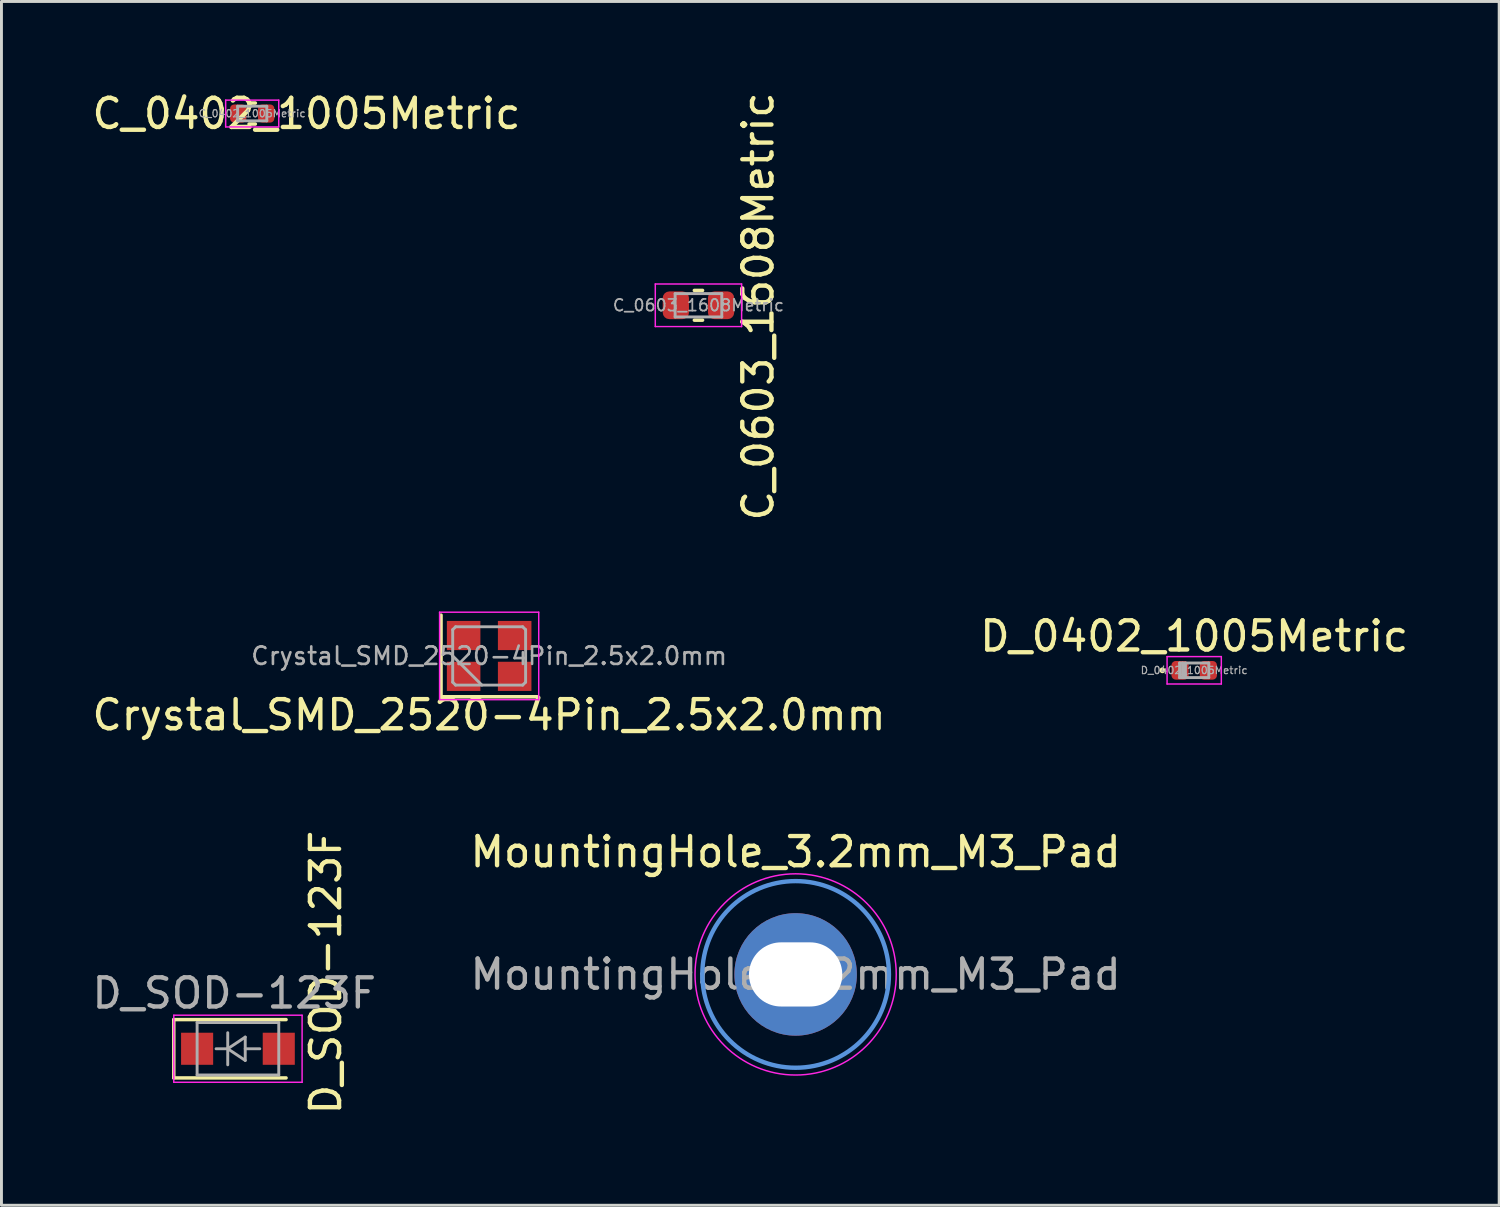
<source format=kicad_pcb>
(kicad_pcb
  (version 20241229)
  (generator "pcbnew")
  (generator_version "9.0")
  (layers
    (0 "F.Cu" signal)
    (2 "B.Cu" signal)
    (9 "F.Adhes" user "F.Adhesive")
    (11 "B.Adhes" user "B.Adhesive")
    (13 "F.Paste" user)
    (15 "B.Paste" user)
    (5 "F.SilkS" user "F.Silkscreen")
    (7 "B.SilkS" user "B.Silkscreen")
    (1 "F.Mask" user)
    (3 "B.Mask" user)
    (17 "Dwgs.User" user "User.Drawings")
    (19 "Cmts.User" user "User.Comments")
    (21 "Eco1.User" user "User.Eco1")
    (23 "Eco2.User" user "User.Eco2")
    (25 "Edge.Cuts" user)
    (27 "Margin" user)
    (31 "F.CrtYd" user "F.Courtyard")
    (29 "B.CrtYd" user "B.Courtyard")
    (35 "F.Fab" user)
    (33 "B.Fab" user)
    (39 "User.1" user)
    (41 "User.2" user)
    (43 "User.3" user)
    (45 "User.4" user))
  (footprint "D_0402_1005Metric"
    (layer "F.Cu")
    (at 37.899 19.935)
    (property "Reference" "D_0402_1005Metric" (at 0 -1.17 0) (layer "F.SilkS") (effects (font (size 1 1) (thickness 0.15))))
    (attr smd)
    (fp_circle (center -1.09 0) (end -1.04 0) (stroke (width 0.1) (type solid)) (fill no) (layer "F.SilkS"))
    (fp_line (start -0.93 -0.47) (end 0.93 -0.47) (stroke (width 0.05) (type solid)) (layer "F.CrtYd"))
    (fp_line (start -0.93 0.47) (end -0.93 -0.47) (stroke (width 0.05) (type solid)) (layer "F.CrtYd"))
    (fp_line (start 0.93 -0.47) (end 0.93 0.47) (stroke (width 0.05) (type solid)) (layer "F.CrtYd"))
    (fp_line (start 0.93 0.47) (end -0.93 0.47) (stroke (width 0.05) (type solid)) (layer "F.CrtYd"))
    (fp_line (start -0.5 -0.25) (end 0.5 -0.25) (stroke (width 0.1) (type solid)) (layer "F.Fab"))
    (fp_line (start -0.5 0.25) (end -0.5 -0.25) (stroke (width 0.1) (type solid)) (layer "F.Fab"))
    (fp_line (start -0.4 0.25) (end -0.4 -0.25) (stroke (width 0.1) (type solid)) (layer "F.Fab"))
    (fp_line (start -0.3 0.25) (end -0.3 -0.25) (stroke (width 0.1) (type solid)) (layer "F.Fab"))
    (fp_line (start 0.5 -0.25) (end 0.5 0.25) (stroke (width 0.1) (type solid)) (layer "F.Fab"))
    (fp_line (start 0.5 0.25) (end -0.5 0.25) (stroke (width 0.1) (type solid)) (layer "F.Fab"))
    (fp_text user "${REFERENCE}" (at 0 0 0) (layer "F.Fab") (effects (font (size 0.25 0.25) (thickness 0.04))))
    (pad "1" smd roundrect (at -0.485 0 180) (size 0.59 0.64) (layers "F.Cu" "F.Mask" "F.Paste") (roundrect_rratio 0.25))
    (pad "2" smd roundrect (at 0.485 0 180) (size 0.59 0.64) (layers "F.Cu" "F.Mask" "F.Paste") (roundrect_rratio 0.25)))
  (footprint "D_SOD-123F"
    (layer "F.Cu")
    (at 5.109 32.912)
    (property "Reference" "D_SOD-123F" (at 3.013 -2.615 90) (layer "F.SilkS") (effects (font (size 1 1) (thickness 0.15))))
    (attr smd)
    (fp_line (start -2.2 -1) (end -2.2 1) (stroke (width 0.12) (type solid)) (layer "F.SilkS"))
    (fp_line (start -2.2 -1) (end 1.65 -1) (stroke (width 0.12) (type solid)) (layer "F.SilkS"))
    (fp_line (start -2.2 1) (end 1.65 1) (stroke (width 0.12) (type solid)) (layer "F.SilkS"))
    (fp_line (start -2.2 -1.15) (end -2.2 1.15) (stroke (width 0.05) (type solid)) (layer "F.CrtYd"))
    (fp_line (start -2.2 -1.15) (end 2.2 -1.15) (stroke (width 0.05) (type solid)) (layer "F.CrtYd"))
    (fp_line (start 2.2 -1.15) (end 2.2 1.15) (stroke (width 0.05) (type solid)) (layer "F.CrtYd"))
    (fp_line (start 2.2 1.15) (end -2.2 1.15) (stroke (width 0.05) (type solid)) (layer "F.CrtYd"))
    (fp_line (start -1.4 -0.9) (end 1.4 -0.9) (stroke (width 0.1) (type solid)) (layer "F.Fab"))
    (fp_line (start -1.4 0.9) (end -1.4 -0.9) (stroke (width 0.1) (type solid)) (layer "F.Fab"))
    (fp_line (start -0.75 0) (end -0.35 0) (stroke (width 0.1) (type solid)) (layer "F.Fab"))
    (fp_line (start -0.35 0) (end -0.35 -0.55) (stroke (width 0.1) (type solid)) (layer "F.Fab"))
    (fp_line (start -0.35 0) (end -0.35 0.55) (stroke (width 0.1) (type solid)) (layer "F.Fab"))
    (fp_line (start -0.35 0) (end 0.25 -0.4) (stroke (width 0.1) (type solid)) (layer "F.Fab"))
    (fp_line (start 0.25 -0.4) (end 0.25 0.4) (stroke (width 0.1) (type solid)) (layer "F.Fab"))
    (fp_line (start 0.25 0) (end 0.75 0) (stroke (width 0.1) (type solid)) (layer "F.Fab"))
    (fp_line (start 0.25 0.4) (end -0.35 0) (stroke (width 0.1) (type solid)) (layer "F.Fab"))
    (fp_line (start 1.4 -0.9) (end 1.4 0.9) (stroke (width 0.1) (type solid)) (layer "F.Fab"))
    (fp_line (start 1.4 0.9) (end -1.4 0.9) (stroke (width 0.1) (type solid)) (layer "F.Fab"))
    (fp_text user "${REFERENCE}" (at -0.127 -1.905 0) (layer "F.Fab") (effects (font (size 1 1) (thickness 0.15))))
    (pad "1" smd rect (at -1.4 0 180) (size 1.1 1.1) (layers "F.Cu" "F.Mask" "F.Paste"))
    (pad "2" smd rect (at 1.4 0 180) (size 1.1 1.1) (layers "F.Cu" "F.Mask" "F.Paste")))
  (footprint "Crystal_SMD_2520-4Pin_2.5x2.0mm"
    (layer "F.Cu")
    (at 13.723 19.442)
    (property "Reference" "Crystal_SMD_2520-4Pin_2.5x2.0mm" (at -0.003 2.025 0) (layer "F.SilkS") (effects (font (size 1 1) (thickness 0.15))))
    (attr smd)
    (fp_line (start -1.65 -1.4) (end -1.65 1.4) (stroke (width 0.12) (type solid)) (layer "F.SilkS"))
    (fp_line (start -1.65 1.4) (end 1.65 1.4) (stroke (width 0.12) (type solid)) (layer "F.SilkS"))
    (fp_line (start -1.7 -1.5) (end -1.7 1.5) (stroke (width 0.05) (type solid)) (layer "F.CrtYd"))
    (fp_line (start -1.7 1.5) (end 1.7 1.5) (stroke (width 0.05) (type solid)) (layer "F.CrtYd"))
    (fp_line (start 1.7 -1.5) (end -1.7 -1.5) (stroke (width 0.05) (type solid)) (layer "F.CrtYd"))
    (fp_line (start 1.7 1.5) (end 1.7 -1.5) (stroke (width 0.05) (type solid)) (layer "F.CrtYd"))
    (fp_line (start -1.25 -0.9) (end -1.15 -1) (stroke (width 0.1) (type solid)) (layer "F.Fab"))
    (fp_line (start -1.25 0) (end -0.25 1) (stroke (width 0.1) (type solid)) (layer "F.Fab"))
    (fp_line (start -1.25 0.9) (end -1.25 -0.9) (stroke (width 0.1) (type solid)) (layer "F.Fab"))
    (fp_line (start -1.15 -1) (end 1.15 -1) (stroke (width 0.1) (type solid)) (layer "F.Fab"))
    (fp_line (start -1.15 1) (end -1.25 0.9) (stroke (width 0.1) (type solid)) (layer "F.Fab"))
    (fp_line (start 1.15 -1) (end 1.25 -0.9) (stroke (width 0.1) (type solid)) (layer "F.Fab"))
    (fp_line (start 1.15 1) (end -1.15 1) (stroke (width 0.1) (type solid)) (layer "F.Fab"))
    (fp_line (start 1.25 -0.9) (end 1.25 0.9) (stroke (width 0.1) (type solid)) (layer "F.Fab"))
    (fp_line (start 1.25 0.9) (end 1.15 1) (stroke (width 0.1) (type solid)) (layer "F.Fab"))
    (fp_text user "${REFERENCE}" (at 0 0 0) (layer "F.Fab") (effects (font (size 0.6 0.6) (thickness 0.09))))
    (pad "1" smd rect (at -0.875 0.7 180) (size 1.15 1) (layers "F.Cu" "F.Mask" "F.Paste"))
    (pad "2" smd rect (at 0.875 0.7 180) (size 1.15 1) (layers "F.Cu" "F.Mask" "F.Paste"))
    (pad "3" smd rect (at 0.875 -0.7 180) (size 1.15 1) (layers "F.Cu" "F.Mask" "F.Paste"))
    (pad "4" smd rect (at -0.875 -0.7 180) (size 1.15 1) (layers "F.Cu" "F.Mask" "F.Paste")))
  (footprint "MountingHole_3.2mm_M3_Pad"
    (layer "F.Cu")
    (at 24.232 30.363)
    (property "Reference" "MountingHole_3.2mm_M3_Pad" (at 0 -4.2 0) (layer "F.SilkS") (effects (font (size 1 1) (thickness 0.15))))
    (attr exclude_from_pos_files)
    (fp_circle (center 0 0) (end 3.2 0) (stroke (width 0.15) (type solid)) (fill no) (layer "Cmts.User"))
    (fp_circle (center 0 0) (end 3.45 0) (stroke (width 0.05) (type solid)) (fill no) (layer "F.CrtYd"))
    (fp_text user "${REFERENCE}" (at 0 0 0) (layer "F.Fab") (effects (font (size 1 1) (thickness 0.15))))
    (pad "1" thru_hole circle (at 0 0 180) (size 4.2 4.2) (drill oval 3.2 2.2) (layers "*.Cu" "*.Mask")))
  (footprint "C_0603_1608Metric"
    (layer "F.Cu")
    (at 20.9 7.418)
    (property "Reference" "C_0603_1608Metric" (at 2.048 0.04 90) (layer "F.SilkS") (effects (font (size 1 1) (thickness 0.15))))
    (attr smd)
    (fp_line (start -0.141 -0.51) (end 0.141 -0.51) (stroke (width 0.12) (type solid)) (layer "F.SilkS"))
    (fp_line (start -0.141 0.51) (end 0.141 0.51) (stroke (width 0.12) (type solid)) (layer "F.SilkS"))
    (fp_line (start -1.48 -0.73) (end 1.48 -0.73) (stroke (width 0.05) (type solid)) (layer "F.CrtYd"))
    (fp_line (start -1.48 0.73) (end -1.48 -0.73) (stroke (width 0.05) (type solid)) (layer "F.CrtYd"))
    (fp_line (start 1.48 -0.73) (end 1.48 0.73) (stroke (width 0.05) (type solid)) (layer "F.CrtYd"))
    (fp_line (start 1.48 0.73) (end -1.48 0.73) (stroke (width 0.05) (type solid)) (layer "F.CrtYd"))
    (fp_line (start -0.8 -0.4) (end 0.8 -0.4) (stroke (width 0.1) (type solid)) (layer "F.Fab"))
    (fp_line (start -0.8 0.4) (end -0.8 -0.4) (stroke (width 0.1) (type solid)) (layer "F.Fab"))
    (fp_line (start 0.8 -0.4) (end 0.8 0.4) (stroke (width 0.1) (type solid)) (layer "F.Fab"))
    (fp_line (start 0.8 0.4) (end -0.8 0.4) (stroke (width 0.1) (type solid)) (layer "F.Fab"))
    (fp_text user "${REFERENCE}" (at 0 0 0) (layer "F.Fab") (effects (font (size 0.4 0.4) (thickness 0.06))))
    (pad "1" smd roundrect (at -0.775 0 180) (size 0.9 0.95) (layers "F.Cu" "F.Mask" "F.Paste") (roundrect_rratio 0.25))
    (pad "2" smd roundrect (at 0.775 0 180) (size 0.9 0.95) (layers "F.Cu" "F.Mask" "F.Paste") (roundrect_rratio 0.25)))
  (footprint "C_0402_1005Metric"
    (layer "F.Cu")
    (at 5.598 0.843)
    (property "Reference" "C_0402_1005Metric" (at 1.86 0.005 0) (layer "F.SilkS") (effects (font (size 1 1) (thickness 0.15))))
    (attr smd)
    (fp_line (start -0.108 -0.36) (end 0.108 -0.36) (stroke (width 0.12) (type solid)) (layer "F.SilkS"))
    (fp_line (start -0.108 0.36) (end 0.108 0.36) (stroke (width 0.12) (type solid)) (layer "F.SilkS"))
    (fp_line (start -0.91 -0.46) (end 0.91 -0.46) (stroke (width 0.05) (type solid)) (layer "F.CrtYd"))
    (fp_line (start -0.91 0.46) (end -0.91 -0.46) (stroke (width 0.05) (type solid)) (layer "F.CrtYd"))
    (fp_line (start 0.91 -0.46) (end 0.91 0.46) (stroke (width 0.05) (type solid)) (layer "F.CrtYd"))
    (fp_line (start 0.91 0.46) (end -0.91 0.46) (stroke (width 0.05) (type solid)) (layer "F.CrtYd"))
    (fp_line (start -0.5 -0.25) (end 0.5 -0.25) (stroke (width 0.1) (type solid)) (layer "F.Fab"))
    (fp_line (start -0.5 0.25) (end -0.5 -0.25) (stroke (width 0.1) (type solid)) (layer "F.Fab"))
    (fp_line (start 0.5 -0.25) (end 0.5 0.25) (stroke (width 0.1) (type solid)) (layer "F.Fab"))
    (fp_line (start 0.5 0.25) (end -0.5 0.25) (stroke (width 0.1) (type solid)) (layer "F.Fab"))
    (fp_text user "${REFERENCE}" (at 0 0 0) (layer "F.Fab") (effects (font (size 0.25 0.25) (thickness 0.04))))
    (pad "1" smd roundrect (at -0.48 0 180) (size 0.56 0.62) (layers "F.Cu" "F.Mask" "F.Paste") (roundrect_rratio 0.25))
    (pad "2" smd roundrect (at 0.48 0 180) (size 0.56 0.62) (layers "F.Cu" "F.Mask" "F.Paste") (roundrect_rratio 0.25)))
  (gr_rect
    (start -3 -3)
    (end 48.357 38.279)
    (stroke (width 0.1) (type default))
    (fill no)
    (layer "Edge.Cuts")))
</source>
